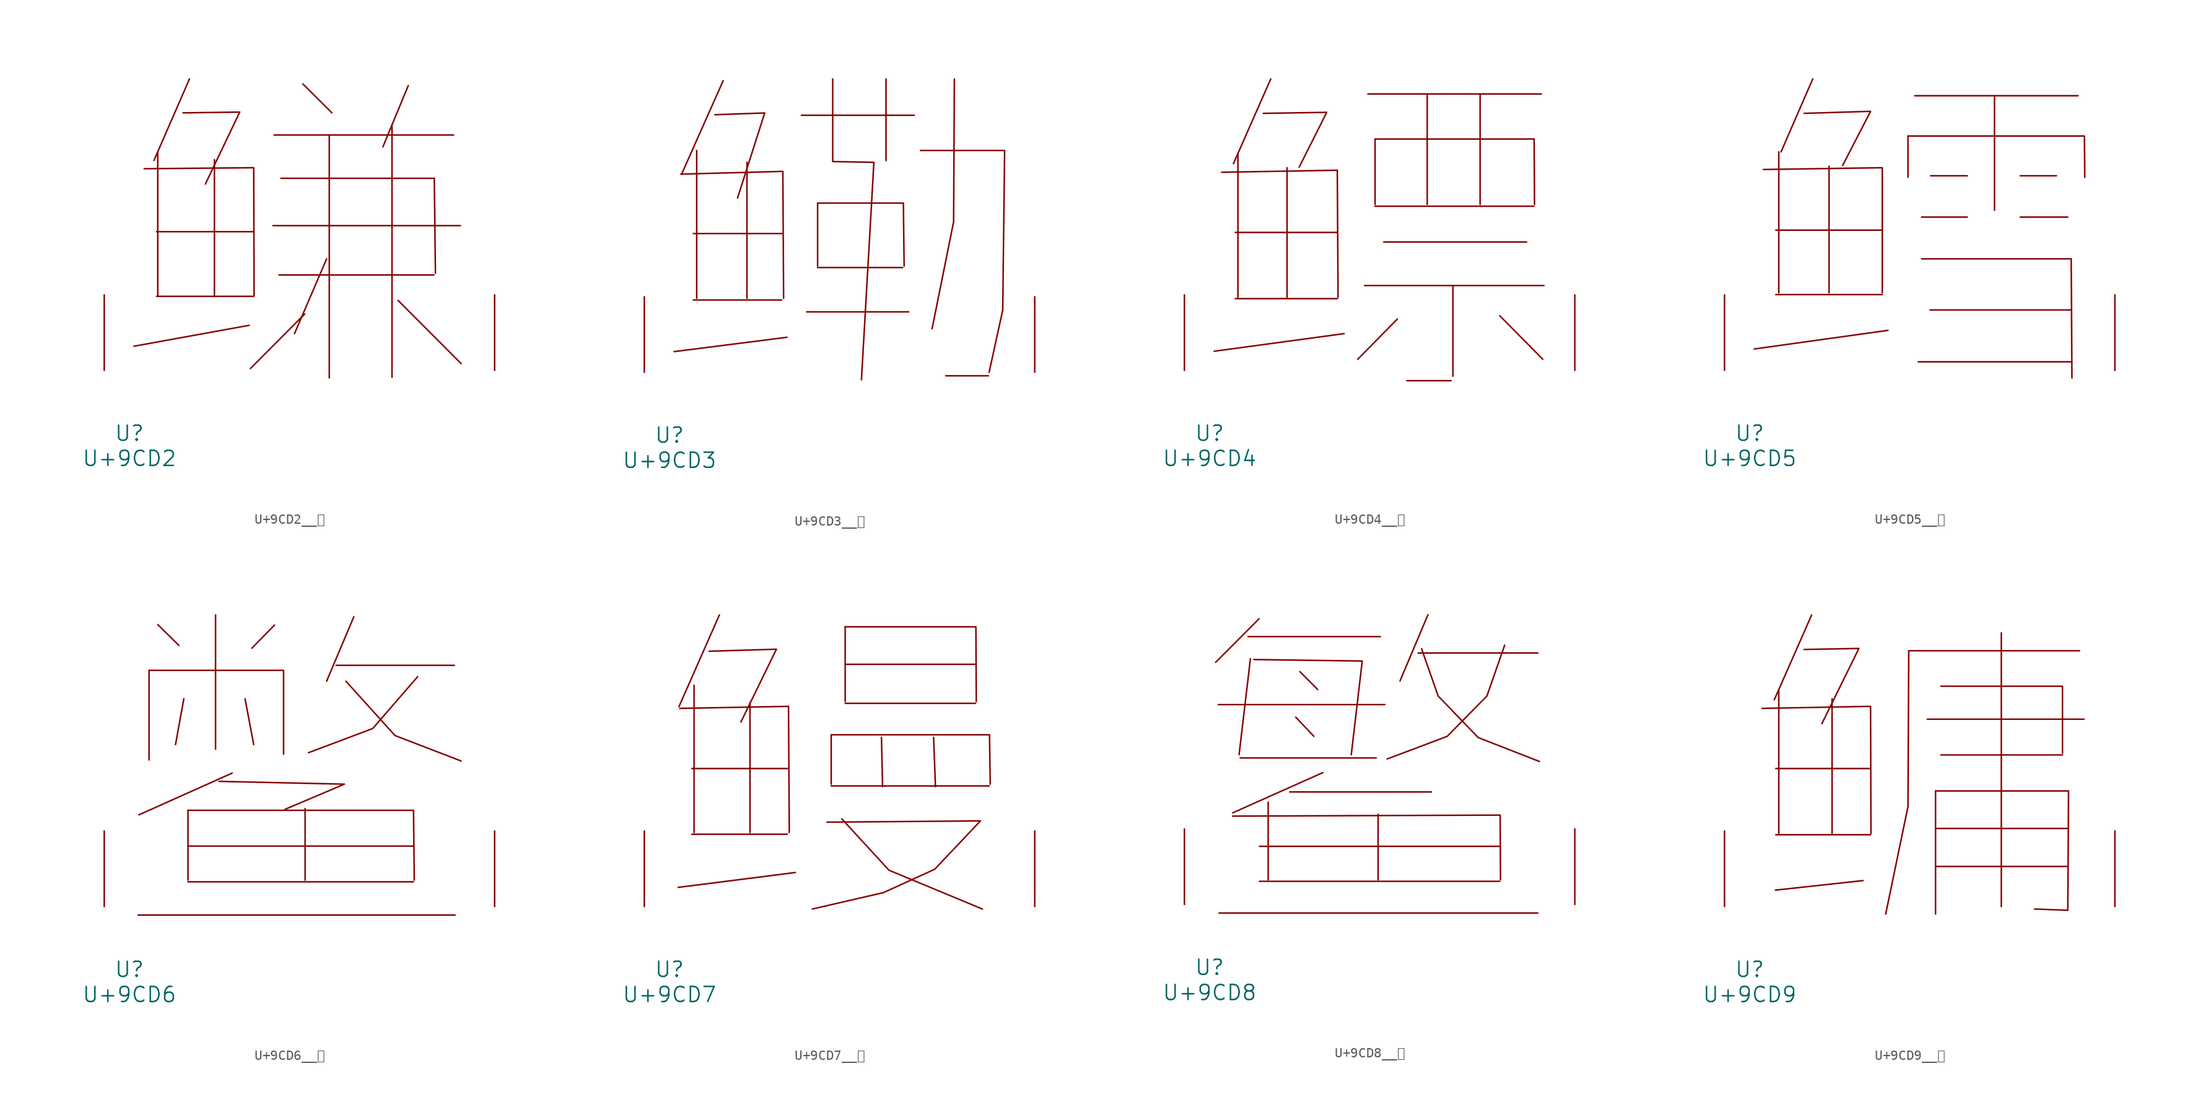
<source format=kicad_sym>
(kicad_symbol_lib
  (version 20231120)
  (generator "kicad_symbol_editor")
  (generator_version "8.0")
  (symbol "U+9CD2__鳒"
    (pin_names
      (offset 1.016))
    (property "Reference" "U"
      (at 0 -6.35 0)
      (effects (font (size 1.524 1.524))))
    (property "Value" "U+9CD2"
      (at 0 -8.89 0)
      (effects (font (size 1.524 1.524))))
    (symbol "U+9CD2__鳒_0_1"
      (polyline (pts (xy 2.743 7.468) (xy 12.535 7.468)) (stroke (width 0) (type solid)) (fill (type none)))
      (polyline (pts (xy 2.743 13.995) (xy 12.535 13.995)) (stroke (width 0) (type solid)) (fill (type none)))
      (polyline (pts (xy 2.857 21.946) (xy 2.857 7.544)) (stroke (width 0) (type solid)) (fill (type none)))
      (polyline (pts (xy 6.058 29.413) (xy 2.477 21.184)) (stroke (width 0) (type solid)) (fill (type none)))
      (polyline (pts (xy 8.572 21.26) (xy 8.572 7.544)) (stroke (width 0) (type solid)) (fill (type none)))
      (polyline (pts (xy 12.078 4.547) (xy 0.457 2.438)) (stroke (width 0) (type solid)) (fill (type none)))
      (polyline (pts (xy 14.478 14.605) (xy 33.376 14.605)) (stroke (width 0) (type solid)) (fill (type none)))
      (polyline (pts (xy 14.592 23.749) (xy 32.69 23.749)) (stroke (width 0) (type solid)) (fill (type none)))
      (polyline (pts (xy 15.088 9.627) (xy 30.709 9.627)) (stroke (width 0) (type solid)) (fill (type none)))
      (polyline (pts (xy 17.488 28.905) (xy 20.422 25.984)) (stroke (width 0) (type solid)) (fill (type none)))
      (polyline (pts (xy 17.678 5.69) (xy 12.192 0.178)) (stroke (width 0) (type solid)) (fill (type none)))
      (polyline (pts (xy 19.888 11.252) (xy 16.65 3.708)) (stroke (width 0) (type solid)) (fill (type none)))
      (polyline (pts (xy 20.155 23.749) (xy 20.155 -0.762)) (stroke (width 0) (type solid)) (fill (type none)))
      (polyline (pts (xy 26.48 24.79) (xy 26.48 -0.686)) (stroke (width 0) (type solid)) (fill (type none)))
      (polyline (pts (xy 27.089 7.061) (xy 33.452 0.686)) (stroke (width 0) (type solid)) (fill (type none)))
      (polyline (pts (xy 28.118 28.727) (xy 25.565 22.555)) (stroke (width 0) (type solid)) (fill (type none)))
      (polyline (pts (xy 1.486 20.345) (xy 12.535 20.447) (xy 12.573 7.544)) (stroke (width 0) (type solid)) (fill (type none)))
      (polyline (pts (xy 5.41 25.984) (xy 11.125 26.06) (xy 7.658 18.796)) (stroke (width 0) (type solid)) (fill (type none)))
      (polyline (pts (xy 15.278 19.38) (xy 30.747 19.38) (xy 30.861 9.804)) (stroke (width 0) (type solid)) (fill (type none)))
      (pin input line (at -2.54 0 90) (length 7.62) (name "~" (effects (font (size 1.27 1.27)))) (number "~" (effects (font (size 1.27 1.27)))))
      (pin input line (at 36.83 0 90) (length 7.62) (name "~" (effects (font (size 1.27 1.27)))) (number "~" (effects (font (size 1.27 1.27)))))))
  (symbol "U+9CD3__鳓"
    (pin_names
      (offset 1.016))
    (property "Reference" "U"
      (at 0 -6.35 0)
      (effects (font (size 1.524 1.524))))
    (property "Value" "U+9CD3"
      (at 0 -8.89 0)
      (effects (font (size 1.524 1.524))))
    (symbol "U+9CD3__鳓_0_1"
      (polyline (pts (xy 2.4 7.29) (xy 11.316 7.29)) (stroke (width 0) (type solid)) (fill (type none)))
      (polyline (pts (xy 2.4 13.995) (xy 11.316 13.995)) (stroke (width 0) (type solid)) (fill (type none)))
      (polyline (pts (xy 2.743 22.377) (xy 2.743 7.468)) (stroke (width 0) (type solid)) (fill (type none)))
      (polyline (pts (xy 5.41 29.413) (xy 1.219 19.99)) (stroke (width 0) (type solid)) (fill (type none)))
      (polyline (pts (xy 7.811 21.184) (xy 7.811 7.468)) (stroke (width 0) (type solid)) (fill (type none)))
      (polyline (pts (xy 11.849 3.531) (xy 0.457 2.083)) (stroke (width 0) (type solid)) (fill (type none)))
      (polyline (pts (xy 13.297 25.933) (xy 24.689 25.933)) (stroke (width 0) (type solid)) (fill (type none)))
      (polyline (pts (xy 13.83 6.096) (xy 24.117 6.096)) (stroke (width 0) (type solid)) (fill (type none)))
      (polyline (pts (xy 14.935 10.566) (xy 23.508 10.566)) (stroke (width 0) (type solid)) (fill (type none)))
      (polyline (pts (xy 14.935 17.069) (xy 14.935 10.719)) (stroke (width 0) (type solid)) (fill (type none)))
      (polyline (pts (xy 21.831 29.591) (xy 21.831 21.361)) (stroke (width 0) (type solid)) (fill (type none)))
      (polyline (pts (xy 27.851 -0.356) (xy 32.156 -0.356)) (stroke (width 0) (type solid)) (fill (type none)))
      (polyline (pts (xy 1.143 19.99) (xy 11.43 20.269) (xy 11.506 7.468)) (stroke (width 0) (type solid)) (fill (type none)))
      (polyline (pts (xy 4.572 25.984) (xy 9.601 26.162) (xy 6.858 17.577)) (stroke (width 0) (type solid)) (fill (type none)))
      (polyline (pts (xy 14.935 17.069) (xy 23.584 17.069) (xy 23.66 10.719)) (stroke (width 0) (type solid)) (fill (type none)))
      (polyline (pts (xy 28.727 29.591) (xy 28.651 15.189) (xy 26.48 4.394)) (stroke (width 0) (type solid)) (fill (type none)))
      (polyline (pts (xy 16.459 29.591) (xy 16.459 21.26) (xy 20.612 21.184) (xy 19.355 -0.762)) (stroke (width 0) (type solid)) (fill (type none)))
      (polyline (pts (xy 25.298 22.377) (xy 33.795 22.377) (xy 33.604 6.274) (xy 32.233 0)) (stroke (width 0) (type solid)) (fill (type none)))
      (pin input line (at -2.54 0 90) (length 7.62) (name "~" (effects (font (size 1.27 1.27)))) (number "~" (effects (font (size 1.27 1.27)))))
      (pin input line (at 36.83 0 90) (length 7.62) (name "~" (effects (font (size 1.27 1.27)))) (number "~" (effects (font (size 1.27 1.27)))))))
  (symbol "U+9CD4__鳔"
    (pin_names
      (offset 1.016))
    (property "Reference" "U"
      (at 0 -6.35 0)
      (effects (font (size 1.524 1.524))))
    (property "Value" "U+9CD4"
      (at 0 -8.89 0)
      (effects (font (size 1.524 1.524))))
    (symbol "U+9CD4__鳔_0_1"
      (polyline (pts (xy 2.591 7.239) (xy 12.878 7.239)) (stroke (width 0) (type solid)) (fill (type none)))
      (polyline (pts (xy 2.591 13.919) (xy 12.878 13.919)) (stroke (width 0) (type solid)) (fill (type none)))
      (polyline (pts (xy 2.857 21.869) (xy 2.857 7.366)) (stroke (width 0) (type solid)) (fill (type none)))
      (polyline (pts (xy 6.172 29.413) (xy 2.4 20.853)) (stroke (width 0) (type solid)) (fill (type none)))
      (polyline (pts (xy 7.811 20.447) (xy 7.811 7.366)) (stroke (width 0) (type solid)) (fill (type none)))
      (polyline (pts (xy 13.564 3.708) (xy 0.457 1.93)) (stroke (width 0) (type solid)) (fill (type none)))
      (polyline (pts (xy 15.621 8.56) (xy 33.718 8.56)) (stroke (width 0) (type solid)) (fill (type none)))
      (polyline (pts (xy 15.964 27.889) (xy 33.452 27.889)) (stroke (width 0) (type solid)) (fill (type none)))
      (polyline (pts (xy 16.688 16.561) (xy 32.69 16.561)) (stroke (width 0) (type solid)) (fill (type none)))
      (polyline (pts (xy 16.688 23.343) (xy 16.688 16.739)) (stroke (width 0) (type solid)) (fill (type none)))
      (polyline (pts (xy 17.564 12.954) (xy 31.966 12.954)) (stroke (width 0) (type solid)) (fill (type none)))
      (polyline (pts (xy 18.936 5.182) (xy 14.935 1.118)) (stroke (width 0) (type solid)) (fill (type none)))
      (polyline (pts (xy 19.888 -1.041) (xy 24.346 -1.041)) (stroke (width 0) (type solid)) (fill (type none)))
      (polyline (pts (xy 21.946 27.889) (xy 21.946 16.739)) (stroke (width 0) (type solid)) (fill (type none)))
      (polyline (pts (xy 24.536 8.56) (xy 24.536 -0.584)) (stroke (width 0) (type solid)) (fill (type none)))
      (polyline (pts (xy 27.28 27.889) (xy 27.28 16.739)) (stroke (width 0) (type solid)) (fill (type none)))
      (polyline (pts (xy 29.261 5.512) (xy 33.604 1.118)) (stroke (width 0) (type solid)) (fill (type none)))
      (polyline (pts (xy 1.219 19.99) (xy 12.878 20.193) (xy 12.954 7.366)) (stroke (width 0) (type solid)) (fill (type none)))
      (polyline (pts (xy 5.41 25.933) (xy 11.811 26.035) (xy 9.03 20.498)) (stroke (width 0) (type solid)) (fill (type none)))
      (polyline (pts (xy 16.688 23.343) (xy 32.728 23.343) (xy 32.766 16.739)) (stroke (width 0) (type solid)) (fill (type none)))
      (pin input line (at -2.54 0 90) (length 7.62) (name "~" (effects (font (size 1.27 1.27)))) (number "~" (effects (font (size 1.27 1.27)))))
      (pin input line (at 36.83 0 90) (length 7.62) (name "~" (effects (font (size 1.27 1.27)))) (number "~" (effects (font (size 1.27 1.27)))))))
  (symbol "U+9CD5__鳕"
    (pin_names
      (offset 1.016))
    (property "Reference" "U"
      (at 0 -6.35 0)
      (effects (font (size 1.524 1.524))))
    (property "Value" "U+9CD5"
      (at 0 -8.89 0)
      (effects (font (size 1.524 1.524))))
    (symbol "U+9CD5__鳕_0_1"
      (polyline (pts (xy 2.629 7.645) (xy 13.373 7.645)) (stroke (width 0) (type solid)) (fill (type none)))
      (polyline (pts (xy 2.629 14.148) (xy 13.373 14.148)) (stroke (width 0) (type solid)) (fill (type none)))
      (polyline (pts (xy 2.934 22.047) (xy 2.934 7.823)) (stroke (width 0) (type solid)) (fill (type none)))
      (polyline (pts (xy 6.363 29.413) (xy 3.162 22.047)) (stroke (width 0) (type solid)) (fill (type none)))
      (polyline (pts (xy 8.001 20.599) (xy 8.001 7.823)) (stroke (width 0) (type solid)) (fill (type none)))
      (polyline (pts (xy 13.945 4.039) (xy 0.457 2.159)) (stroke (width 0) (type solid)) (fill (type none)))
      (polyline (pts (xy 15.964 23.647) (xy 15.964 19.482)) (stroke (width 0) (type solid)) (fill (type none)))
      (polyline (pts (xy 16.65 27.711) (xy 33.109 27.711)) (stroke (width 0) (type solid)) (fill (type none)))
      (polyline (pts (xy 16.993 0.864) (xy 32.423 0.864)) (stroke (width 0) (type solid)) (fill (type none)))
      (polyline (pts (xy 17.335 15.469) (xy 21.946 15.469)) (stroke (width 0) (type solid)) (fill (type none)))
      (polyline (pts (xy 18.174 6.096) (xy 32.423 6.096)) (stroke (width 0) (type solid)) (fill (type none)))
      (polyline (pts (xy 18.25 19.634) (xy 21.946 19.634)) (stroke (width 0) (type solid)) (fill (type none)))
      (polyline (pts (xy 24.689 27.711) (xy 24.689 16.154)) (stroke (width 0) (type solid)) (fill (type none)))
      (polyline (pts (xy 27.28 15.469) (xy 32.08 15.469)) (stroke (width 0) (type solid)) (fill (type none)))
      (polyline (pts (xy 27.28 19.634) (xy 30.937 19.634)) (stroke (width 0) (type solid)) (fill (type none)))
      (polyline (pts (xy 1.372 20.269) (xy 13.373 20.447) (xy 13.373 7.823)) (stroke (width 0) (type solid)) (fill (type none)))
      (polyline (pts (xy 5.486 25.933) (xy 12.192 26.137) (xy 9.373 20.676)) (stroke (width 0) (type solid)) (fill (type none)))
      (polyline (pts (xy 15.964 23.647) (xy 33.757 23.647) (xy 33.795 19.482)) (stroke (width 0) (type solid)) (fill (type none)))
      (polyline (pts (xy 17.335 11.252) (xy 32.423 11.252) (xy 32.499 -0.762)) (stroke (width 0) (type solid)) (fill (type none)))
      (pin input line (at -2.54 0 90) (length 7.62) (name "~" (effects (font (size 1.27 1.27)))) (number "~" (effects (font (size 1.27 1.27)))))
      (pin input line (at 36.83 0 90) (length 7.62) (name "~" (effects (font (size 1.27 1.27)))) (number "~" (effects (font (size 1.27 1.27)))))))
  (symbol "U+9CD6__鳖"
    (pin_names
      (offset 1.016))
    (property "Reference" "U"
      (at 0 -6.35 0)
      (effects (font (size 1.524 1.524))))
    (property "Value" "U+9CD6"
      (at 0 -8.89 0)
      (effects (font (size 1.524 1.524))))
    (symbol "U+9CD6__鳖_0_1"
      (polyline (pts (xy 0.876 -0.864) (xy 32.842 -0.864)) (stroke (width 0) (type solid)) (fill (type none)))
      (polyline (pts (xy 1.981 23.825) (xy 1.981 14.783)) (stroke (width 0) (type solid)) (fill (type none)))
      (polyline (pts (xy 2.857 28.448) (xy 4.991 26.34)) (stroke (width 0) (type solid)) (fill (type none)))
      (polyline (pts (xy 5.486 20.955) (xy 4.648 16.332)) (stroke (width 0) (type solid)) (fill (type none)))
      (polyline (pts (xy 5.905 2.489) (xy 28.651 2.489)) (stroke (width 0) (type solid)) (fill (type none)))
      (polyline (pts (xy 5.905 6.096) (xy 28.651 6.096)) (stroke (width 0) (type solid)) (fill (type none)))
      (polyline (pts (xy 5.905 9.703) (xy 5.905 2.667)) (stroke (width 0) (type solid)) (fill (type none)))
      (polyline (pts (xy 8.687 29.413) (xy 8.687 15.875)) (stroke (width 0) (type solid)) (fill (type none)))
      (polyline (pts (xy 10.363 13.462) (xy 0.953 9.246)) (stroke (width 0) (type solid)) (fill (type none)))
      (polyline (pts (xy 11.659 20.955) (xy 12.535 16.332)) (stroke (width 0) (type solid)) (fill (type none)))
      (polyline (pts (xy 14.63 28.397) (xy 12.344 26.06)) (stroke (width 0) (type solid)) (fill (type none)))
      (polyline (pts (xy 17.716 9.881) (xy 17.716 2.667)) (stroke (width 0) (type solid)) (fill (type none)))
      (polyline (pts (xy 20.841 24.333) (xy 32.766 24.333)) (stroke (width 0) (type solid)) (fill (type none)))
      (polyline (pts (xy 22.631 29.235) (xy 19.888 22.733)) (stroke (width 0) (type solid)) (fill (type none)))
      (polyline (pts (xy 1.981 23.825) (xy 15.545 23.825) (xy 15.545 15.367)) (stroke (width 0) (type solid)) (fill (type none)))
      (polyline (pts (xy 5.905 9.703) (xy 28.651 9.703) (xy 28.727 2.667)) (stroke (width 0) (type solid)) (fill (type none)))
      (polyline (pts (xy 9.03 12.624) (xy 21.679 12.344) (xy 15.697 9.804)) (stroke (width 0) (type solid)) (fill (type none)))
      (polyline (pts (xy 21.831 22.733) (xy 26.784 17.247) (xy 33.452 14.681)) (stroke (width 0) (type solid)) (fill (type none)))
      (polyline (pts (xy 29.07 23.19) (xy 24.536 17.958) (xy 18.059 15.519)) (stroke (width 0) (type solid)) (fill (type none)))
      (pin input line (at -2.54 0 90) (length 7.62) (name "~" (effects (font (size 1.27 1.27)))) (number "~" (effects (font (size 1.27 1.27)))))
      (pin input line (at 36.83 0 90) (length 7.62) (name "~" (effects (font (size 1.27 1.27)))) (number "~" (effects (font (size 1.27 1.27)))))))
  (symbol "U+9CD7__鳗"
    (pin_names
      (offset 1.016))
    (property "Reference" "U"
      (at 0 -6.35 0)
      (effects (font (size 1.524 1.524))))
    (property "Value" "U+9CD7"
      (at 0 -8.89 0)
      (effects (font (size 1.524 1.524))))
    (symbol "U+9CD7__鳗_0_1"
      (polyline (pts (xy 2.248 7.29) (xy 11.887 7.29)) (stroke (width 0) (type solid)) (fill (type none)))
      (polyline (pts (xy 2.248 13.919) (xy 11.887 13.919)) (stroke (width 0) (type solid)) (fill (type none)))
      (polyline (pts (xy 2.477 22.327) (xy 2.477 7.468)) (stroke (width 0) (type solid)) (fill (type none)))
      (polyline (pts (xy 5.029 29.413) (xy 0.953 20.168)) (stroke (width 0) (type solid)) (fill (type none)))
      (polyline (pts (xy 8.115 20.599) (xy 8.115 7.468)) (stroke (width 0) (type solid)) (fill (type none)))
      (polyline (pts (xy 12.687 3.429) (xy 0.876 1.93)) (stroke (width 0) (type solid)) (fill (type none)))
      (polyline (pts (xy 16.307 12.167) (xy 32.233 12.167)) (stroke (width 0) (type solid)) (fill (type none)))
      (polyline (pts (xy 16.307 17.323) (xy 16.307 12.344)) (stroke (width 0) (type solid)) (fill (type none)))
      (polyline (pts (xy 17.716 20.498) (xy 30.861 20.498)) (stroke (width 0) (type solid)) (fill (type none)))
      (polyline (pts (xy 17.716 24.435) (xy 30.861 24.435)) (stroke (width 0) (type solid)) (fill (type none)))
      (polyline (pts (xy 17.716 28.219) (xy 17.716 20.676)) (stroke (width 0) (type solid)) (fill (type none)))
      (polyline (pts (xy 21.374 17.069) (xy 21.488 12.09)) (stroke (width 0) (type solid)) (fill (type none)))
      (polyline (pts (xy 26.632 17.069) (xy 26.822 12.09)) (stroke (width 0) (type solid)) (fill (type none)))
      (polyline (pts (xy 1.029 19.99) (xy 12.002 20.193) (xy 12.078 7.468)) (stroke (width 0) (type solid)) (fill (type none)))
      (polyline (pts (xy 4 25.756) (xy 10.782 25.959) (xy 7.201 18.618)) (stroke (width 0) (type solid)) (fill (type none)))
      (polyline (pts (xy 16.307 17.323) (xy 32.271 17.323) (xy 32.347 12.344)) (stroke (width 0) (type solid)) (fill (type none)))
      (polyline (pts (xy 17.374 8.839) (xy 22.136 3.658) (xy 31.547 -0.254)) (stroke (width 0) (type solid)) (fill (type none)))
      (polyline (pts (xy 17.716 28.219) (xy 30.899 28.219) (xy 30.937 20.676)) (stroke (width 0) (type solid)) (fill (type none)))
      (polyline (pts (xy 15.888 8.509) (xy 31.356 8.636) (xy 26.746 3.759) (xy 21.565 1.397) (xy 14.402 -0.254)) (stroke (width 0) (type solid)) (fill (type none)))
      (pin input line (at -2.54 0 90) (length 7.62) (name "~" (effects (font (size 1.27 1.27)))) (number "~" (effects (font (size 1.27 1.27)))))
      (pin input line (at 36.83 0 90) (length 7.62) (name "~" (effects (font (size 1.27 1.27)))) (number "~" (effects (font (size 1.27 1.27)))))))
  (symbol "U+9CD8__鳘"
    (pin_names
      (offset 1.016))
    (property "Reference" "U"
      (at 0 -6.35 0)
      (effects (font (size 1.524 1.524))))
    (property "Value" "U+9CD8"
      (at 0 -8.89 0)
      (effects (font (size 1.524 1.524))))
    (symbol "U+9CD8__鳘_0_1"
      (polyline (pts (xy 0.876 20.168) (xy 17.678 20.168)) (stroke (width 0) (type solid)) (fill (type none)))
      (polyline (pts (xy 0.953 -0.864) (xy 33.109 -0.864)) (stroke (width 0) (type solid)) (fill (type none)))
      (polyline (pts (xy 3.086 14.783) (xy 16.802 14.783)) (stroke (width 0) (type solid)) (fill (type none)))
      (polyline (pts (xy 3.886 27.026) (xy 17.221 27.026)) (stroke (width 0) (type solid)) (fill (type none)))
      (polyline (pts (xy 4.115 24.79) (xy 2.972 15.113)) (stroke (width 0) (type solid)) (fill (type none)))
      (polyline (pts (xy 4.991 28.829) (xy 0.61 24.435)) (stroke (width 0) (type solid)) (fill (type none)))
      (polyline (pts (xy 5.029 2.337) (xy 29.261 2.337)) (stroke (width 0) (type solid)) (fill (type none)))
      (polyline (pts (xy 5.029 5.867) (xy 29.261 5.867)) (stroke (width 0) (type solid)) (fill (type none)))
      (polyline (pts (xy 5.905 10.312) (xy 5.905 2.489)) (stroke (width 0) (type solid)) (fill (type none)))
      (polyline (pts (xy 8.077 11.354) (xy 22.365 11.354)) (stroke (width 0) (type solid)) (fill (type none)))
      (polyline (pts (xy 8.687 18.898) (xy 10.516 16.967)) (stroke (width 0) (type solid)) (fill (type none)))
      (polyline (pts (xy 9.106 23.495) (xy 10.897 21.692)) (stroke (width 0) (type solid)) (fill (type none)))
      (polyline (pts (xy 11.43 13.31) (xy 2.324 9.246)) (stroke (width 0) (type solid)) (fill (type none)))
      (polyline (pts (xy 16.993 9.093) (xy 16.993 2.489)) (stroke (width 0) (type solid)) (fill (type none)))
      (polyline (pts (xy 21.031 25.375) (xy 33.109 25.375)) (stroke (width 0) (type solid)) (fill (type none)))
      (polyline (pts (xy 22.022 29.235) (xy 19.202 22.555)) (stroke (width 0) (type solid)) (fill (type none)))
      (polyline (pts (xy 2.324 8.915) (xy 29.299 9.017) (xy 29.337 2.489)) (stroke (width 0) (type solid)) (fill (type none)))
      (polyline (pts (xy 4.458 24.714) (xy 15.392 24.562) (xy 14.287 15.113)) (stroke (width 0) (type solid)) (fill (type none)))
      (polyline (pts (xy 21.374 25.806) (xy 23.05 21.031) (xy 27.089 16.84) (xy 33.261 14.427)) (stroke (width 0) (type solid)) (fill (type none)))
      (polyline (pts (xy 29.756 26.162) (xy 27.965 21.031) (xy 23.965 16.967) (xy 17.907 14.681)) (stroke (width 0) (type solid)) (fill (type none)))
      (pin input line (at -2.54 0 90) (length 7.62) (name "~" (effects (font (size 1.27 1.27)))) (number "~" (effects (font (size 1.27 1.27)))))
      (pin input line (at 36.83 0 90) (length 7.62) (name "~" (effects (font (size 1.27 1.27)))) (number "~" (effects (font (size 1.27 1.27)))))))
  (symbol "U+9CD9__鳙"
    (pin_names
      (offset 1.016))
    (property "Reference" "U"
      (at 0 -6.35 0)
      (effects (font (size 1.524 1.524))))
    (property "Value" "U+9CD9"
      (at 0 -8.89 0)
      (effects (font (size 1.524 1.524))))
    (symbol "U+9CD9__鳙_0_1"
      (polyline (pts (xy 2.629 7.239) (xy 12.192 7.239)) (stroke (width 0) (type solid)) (fill (type none)))
      (polyline (pts (xy 2.629 13.919) (xy 12.192 13.919)) (stroke (width 0) (type solid)) (fill (type none)))
      (polyline (pts (xy 2.934 21.869) (xy 2.934 7.366)) (stroke (width 0) (type solid)) (fill (type none)))
      (polyline (pts (xy 6.248 29.413) (xy 2.477 20.853)) (stroke (width 0) (type solid)) (fill (type none)))
      (polyline (pts (xy 8.306 20.955) (xy 8.306 7.366)) (stroke (width 0) (type solid)) (fill (type none)))
      (polyline (pts (xy 11.43 2.616) (xy 2.591 1.651)) (stroke (width 0) (type solid)) (fill (type none)))
      (polyline (pts (xy 16.04 25.806) (xy 33.261 25.806)) (stroke (width 0) (type solid)) (fill (type none)))
      (polyline (pts (xy 17.907 18.898) (xy 33.718 18.898)) (stroke (width 0) (type solid)) (fill (type none)))
      (polyline (pts (xy 18.745 4.039) (xy 32.08 4.039)) (stroke (width 0) (type solid)) (fill (type none)))
      (polyline (pts (xy 18.745 7.874) (xy 32.08 7.874)) (stroke (width 0) (type solid)) (fill (type none)))
      (polyline (pts (xy 18.745 11.659) (xy 18.745 -0.762)) (stroke (width 0) (type solid)) (fill (type none)))
      (polyline (pts (xy 19.279 15.291) (xy 31.547 15.291)) (stroke (width 0) (type solid)) (fill (type none)))
      (polyline (pts (xy 25.375 27.61) (xy 25.375 0)) (stroke (width 0) (type solid)) (fill (type none)))
      (polyline (pts (xy 1.257 19.99) (xy 12.192 20.193) (xy 12.23 7.366)) (stroke (width 0) (type solid)) (fill (type none)))
      (polyline (pts (xy 5.486 25.933) (xy 11.011 26.035) (xy 7.277 18.44)) (stroke (width 0) (type solid)) (fill (type none)))
      (polyline (pts (xy 16.04 25.806) (xy 15.964 10.084) (xy 13.716 -0.762)) (stroke (width 0) (type solid)) (fill (type none)))
      (polyline (pts (xy 19.279 22.225) (xy 31.547 22.225) (xy 31.547 15.469)) (stroke (width 0) (type solid)) (fill (type none)))
      (polyline (pts (xy 18.745 11.659) (xy 32.156 11.659) (xy 32.08 -0.381) (xy 28.727 -0.254)) (stroke (width 0) (type solid)) (fill (type none)))
      (pin input line (at -2.54 0 90) (length 7.62) (name "~" (effects (font (size 1.27 1.27)))) (number "~" (effects (font (size 1.27 1.27)))))
      (pin input line (at 36.83 0 90) (length 7.62) (name "~" (effects (font (size 1.27 1.27)))) (number "~" (effects (font (size 1.27 1.27))))))))
</source>
